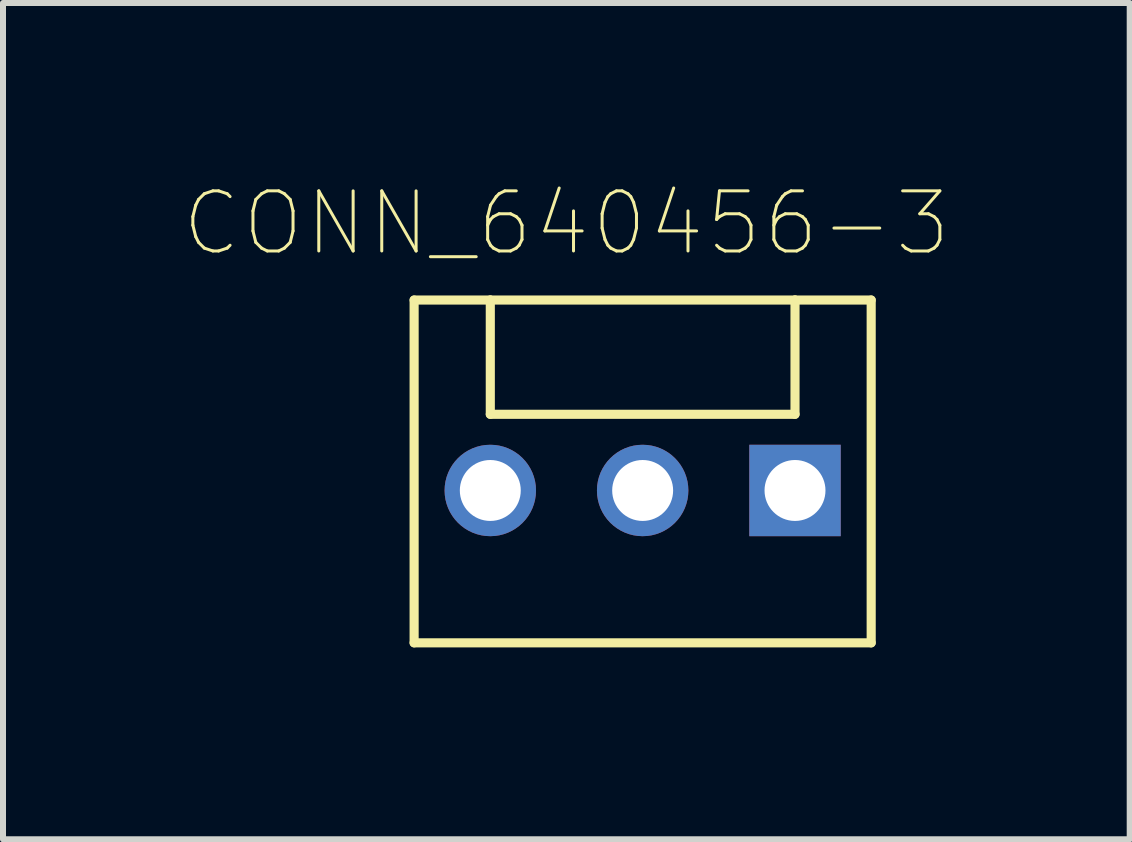
<source format=kicad_pcb>
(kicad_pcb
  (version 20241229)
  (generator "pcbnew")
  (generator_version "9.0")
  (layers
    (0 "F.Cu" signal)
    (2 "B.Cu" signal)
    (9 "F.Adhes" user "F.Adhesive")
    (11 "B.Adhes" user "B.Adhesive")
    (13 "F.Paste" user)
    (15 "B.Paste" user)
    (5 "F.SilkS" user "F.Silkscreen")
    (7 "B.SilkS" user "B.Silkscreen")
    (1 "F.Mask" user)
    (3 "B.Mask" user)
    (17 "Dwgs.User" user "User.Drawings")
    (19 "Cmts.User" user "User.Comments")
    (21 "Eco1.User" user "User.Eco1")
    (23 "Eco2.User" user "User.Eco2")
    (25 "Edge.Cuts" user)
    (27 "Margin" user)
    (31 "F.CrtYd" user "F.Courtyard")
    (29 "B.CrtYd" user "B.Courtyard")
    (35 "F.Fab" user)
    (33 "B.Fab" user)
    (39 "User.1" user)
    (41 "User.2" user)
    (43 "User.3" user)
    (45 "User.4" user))
  (footprint "CONN_640456-3"
    (layer "F.Cu")
    (at 7.664 5.127)
    (property "Reference" "CONN_640456-3" (at -1.272 -4.454 0) (layer "F.SilkS") (effects (font (size 1.002 1.002) (thickness 0.05))))
    (attr through_hole)
    (fp_line (start -3.81 -3.175) (end -3.81 2.54) (stroke (width 0.152) (type solid)) (layer "F.SilkS"))
    (fp_line (start -3.81 2.54) (end 3.81 2.54) (stroke (width 0.152) (type solid)) (layer "F.SilkS"))
    (fp_line (start -2.54 -3.175) (end -3.81 -3.175) (stroke (width 0.152) (type solid)) (layer "F.SilkS"))
    (fp_line (start -2.54 -3.175) (end -2.54 -1.27) (stroke (width 0.152) (type solid)) (layer "F.SilkS"))
    (fp_line (start -2.54 -1.27) (end 2.54 -1.27) (stroke (width 0.152) (type solid)) (layer "F.SilkS"))
    (fp_line (start 2.54 -3.175) (end -2.54 -3.175) (stroke (width 0.152) (type solid)) (layer "F.SilkS"))
    (fp_line (start 2.54 -1.27) (end 2.54 -3.175) (stroke (width 0.152) (type solid)) (layer "F.SilkS"))
    (fp_line (start 3.81 -3.175) (end 2.54 -3.175) (stroke (width 0.152) (type solid)) (layer "F.SilkS"))
    (fp_line (start 3.81 2.54) (end 3.81 -3.175) (stroke (width 0.152) (type solid)) (layer "F.SilkS"))
    (fp_line (start -4.06 -3.425) (end 4.06 -3.425) (stroke (width 0.05) (type solid)) (layer "Eco1.User"))
    (fp_line (start -4.06 2.79) (end -4.06 -3.425) (stroke (width 0.05) (type solid)) (layer "Eco1.User"))
    (fp_line (start 4.06 -3.425) (end 4.06 2.79) (stroke (width 0.05) (type solid)) (layer "Eco1.User"))
    (fp_line (start 4.06 2.79) (end -4.06 2.79) (stroke (width 0.05) (type solid)) (layer "Eco1.User"))
    (fp_line (start -3.81 -3.175) (end -3.81 2.54) (stroke (width 0.152) (type solid)) (layer "Eco2.User"))
    (fp_line (start -3.81 2.54) (end 3.81 2.54) (stroke (width 0.152) (type solid)) (layer "Eco2.User"))
    (fp_line (start -2.54 -3.175) (end -3.81 -3.175) (stroke (width 0.152) (type solid)) (layer "Eco2.User"))
    (fp_line (start -2.54 -3.175) (end -2.54 -1.27) (stroke (width 0.152) (type solid)) (layer "Eco2.User"))
    (fp_line (start -2.54 -1.27) (end 2.54 -1.27) (stroke (width 0.152) (type solid)) (layer "Eco2.User"))
    (fp_line (start 2.54 -3.175) (end -2.54 -3.175) (stroke (width 0.152) (type solid)) (layer "Eco2.User"))
    (fp_line (start 2.54 -1.27) (end 2.54 -3.175) (stroke (width 0.152) (type solid)) (layer "Eco2.User"))
    (fp_line (start 3.81 -3.175) (end 2.54 -3.175) (stroke (width 0.152) (type solid)) (layer "Eco2.User"))
    (fp_line (start 3.81 2.54) (end 3.81 -3.175) (stroke (width 0.152) (type solid)) (layer "Eco2.User"))
    (pad "1" thru_hole rect (at 2.54 0) (size 1.524 1.524) (drill 1.016) (layers "*.Cu" "*.Mask"))
    (pad "2" thru_hole circle (at 0 0) (size 1.524 1.524) (drill 1.016) (layers "*.Cu" "*.Mask"))
    (pad "3" thru_hole circle (at -2.54 0) (size 1.524 1.524) (drill 1.016) (layers "*.Cu" "*.Mask")))
  (gr_rect
    (start -3 -3)
    (end 15.784 10.942)
    (stroke (width 0.1) (type default))
    (fill no)
    (layer "Edge.Cuts")))
</source>
